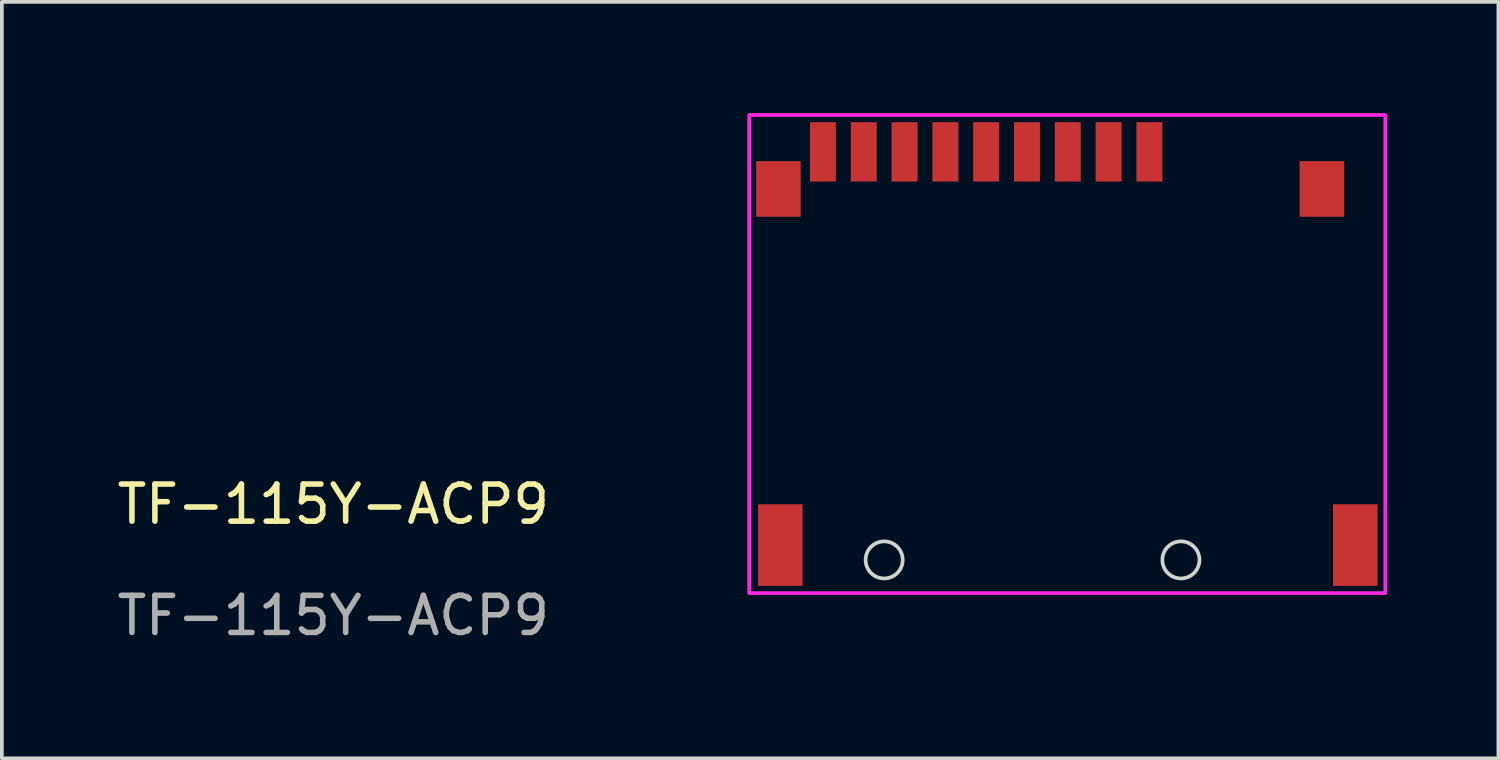
<source format=kicad_pcb>
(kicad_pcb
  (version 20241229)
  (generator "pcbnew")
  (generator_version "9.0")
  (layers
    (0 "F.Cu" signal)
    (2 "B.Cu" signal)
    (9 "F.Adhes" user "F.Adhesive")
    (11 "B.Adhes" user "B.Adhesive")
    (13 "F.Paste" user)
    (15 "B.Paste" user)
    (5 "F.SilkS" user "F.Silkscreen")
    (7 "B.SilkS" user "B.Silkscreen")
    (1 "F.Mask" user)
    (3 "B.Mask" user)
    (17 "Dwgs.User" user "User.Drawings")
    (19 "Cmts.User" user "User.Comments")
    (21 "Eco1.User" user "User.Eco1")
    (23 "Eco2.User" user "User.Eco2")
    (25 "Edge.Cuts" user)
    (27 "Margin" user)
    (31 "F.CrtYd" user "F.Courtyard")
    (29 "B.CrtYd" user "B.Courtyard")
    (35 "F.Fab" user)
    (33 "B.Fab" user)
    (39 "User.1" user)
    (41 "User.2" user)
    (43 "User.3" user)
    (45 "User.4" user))
  (footprint "TF-115Y-ACP9"
    (layer "F.Cu")
    (at 32.885 12.744)
    (property "Reference" "TF-115Y-ACP9" (at -26.95 -2.2 0) (unlocked yes) (layer "F.SilkS") (effects (font (size 1 1) (thickness 0.15))))
    (attr smd)
    (fp_circle (center -12.1 -0.7) (end -11.6 -0.7) (stroke (width 0.1) (type solid)) (fill no) (layer "Edge.Cuts"))
    (fp_circle (center -4.1 -0.7) (end -3.6 -0.7) (stroke (width 0.1) (type solid)) (fill no) (layer "Edge.Cuts"))
    (fp_rect (start -15.738 -12.694) (end 1.409 0.195) (stroke (width 0.1) (type solid)) (fill no) (layer "F.CrtYd"))
    (fp_text user "${REFERENCE}" (at -26.95 0.8 0) (unlocked yes) (layer "F.Fab") (effects (font (size 1 1) (thickness 0.15))))
    (pad "1" smd rect (at -4.95 -11.7) (size 0.7 1.6) (layers "F.Cu" "F.Mask" "F.Paste"))
    (pad "2" smd rect (at -6.05 -11.7) (size 0.7 1.6) (layers "F.Cu" "F.Mask" "F.Paste"))
    (pad "3" smd rect (at -7.15 -11.7) (size 0.7 1.6) (layers "F.Cu" "F.Mask" "F.Paste"))
    (pad "4" smd rect (at -8.25 -11.7) (size 0.7 1.6) (layers "F.Cu" "F.Mask" "F.Paste"))
    (pad "5" smd rect (at -9.35 -11.7) (size 0.7 1.6) (layers "F.Cu" "F.Mask" "F.Paste"))
    (pad "6" smd rect (at -10.45 -11.7) (size 0.7 1.6) (layers "F.Cu" "F.Mask" "F.Paste"))
    (pad "7" smd rect (at -11.55 -11.7) (size 0.7 1.6) (layers "F.Cu" "F.Mask" "F.Paste"))
    (pad "8" smd rect (at -12.65 -11.7) (size 0.7 1.6) (layers "F.Cu" "F.Mask" "F.Paste"))
    (pad "9" smd rect (at -14.95 -10.7) (size 1.2 1.5) (layers "F.Cu" "F.Mask" "F.Paste"))
    (pad "9" smd rect (at -14.9 -1.1) (size 1.2 2.2) (layers "F.Cu" "F.Mask" "F.Paste"))
    (pad "9" smd rect (at -13.75 -11.7) (size 0.7 1.6) (layers "F.Cu" "F.Mask" "F.Paste"))
    (pad "9" smd rect (at -0.3 -10.7) (size 1.2 1.5) (layers "F.Cu" "F.Mask" "F.Paste"))
    (pad "9" smd rect (at 0.6 -1.1) (size 1.2 2.2) (layers "F.Cu" "F.Mask" "F.Paste")))
  (gr_rect
    (start -3 -3)
    (end 37.343 17.392)
    (stroke (width 0.1) (type default))
    (fill no)
    (layer "Edge.Cuts")))
</source>
